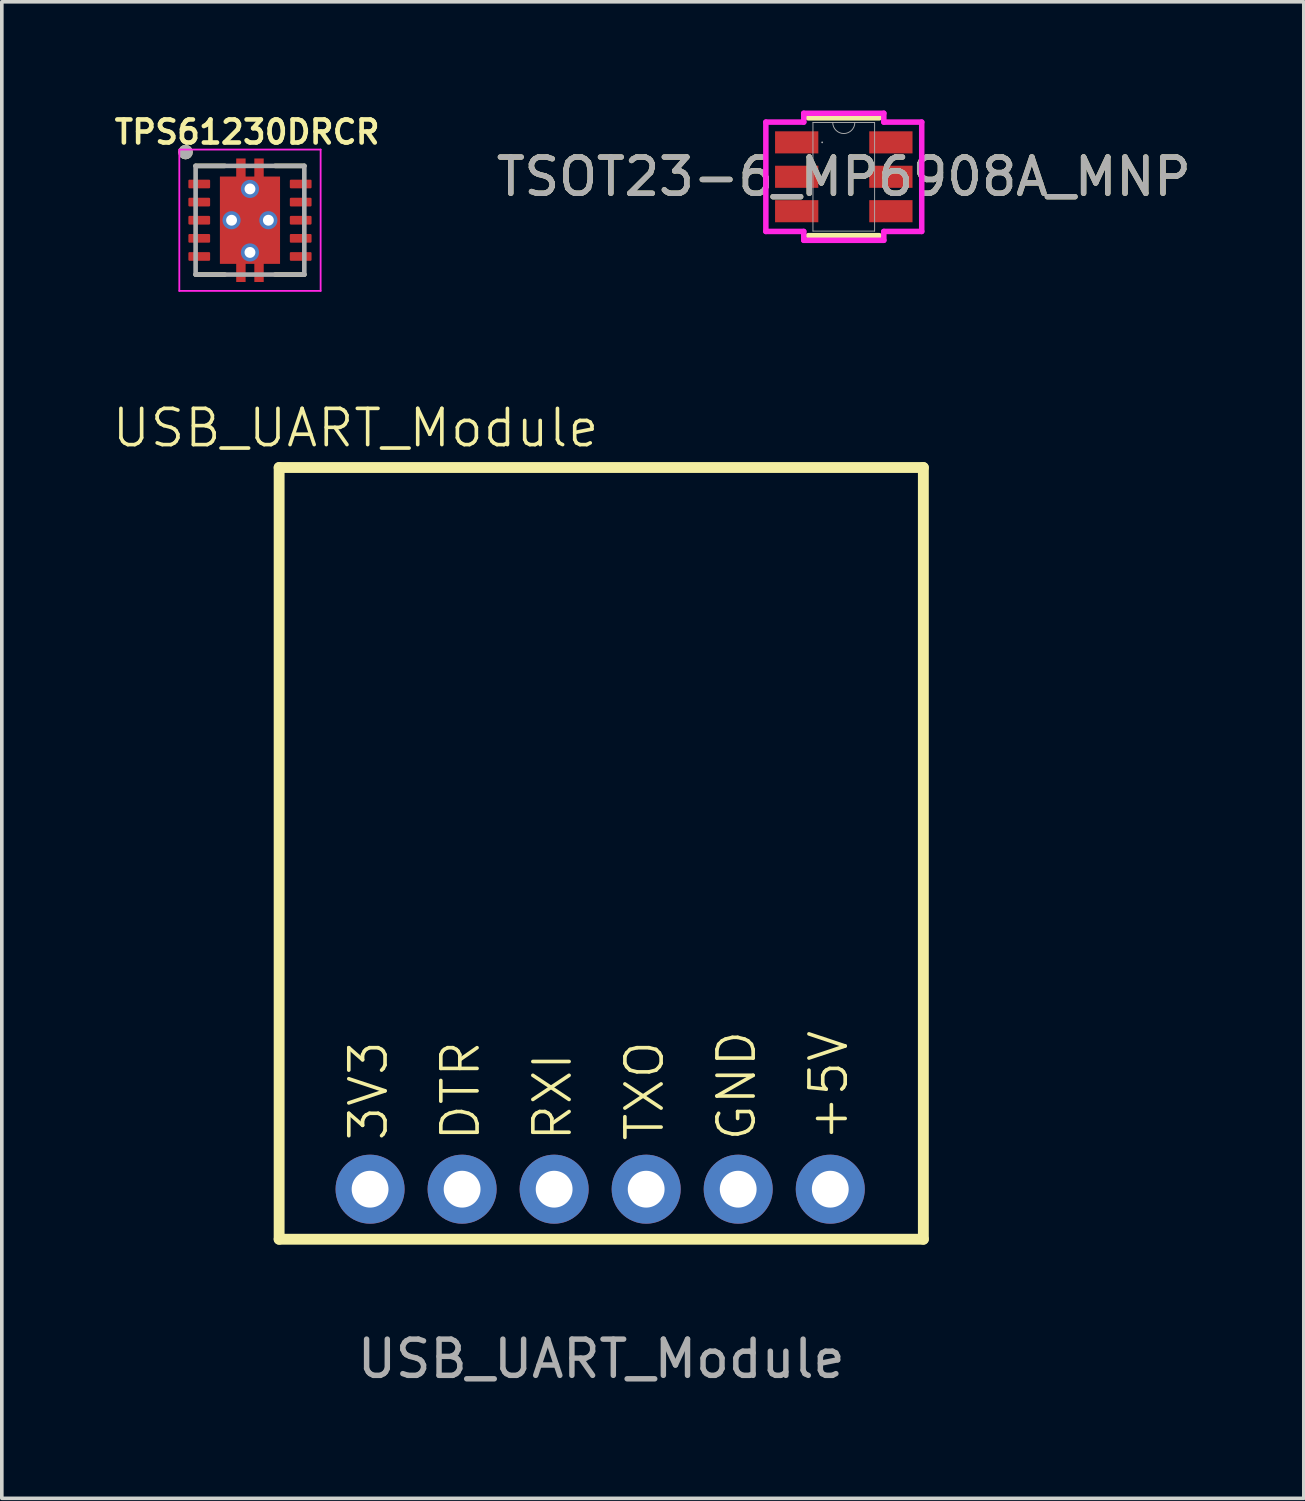
<source format=kicad_pcb>
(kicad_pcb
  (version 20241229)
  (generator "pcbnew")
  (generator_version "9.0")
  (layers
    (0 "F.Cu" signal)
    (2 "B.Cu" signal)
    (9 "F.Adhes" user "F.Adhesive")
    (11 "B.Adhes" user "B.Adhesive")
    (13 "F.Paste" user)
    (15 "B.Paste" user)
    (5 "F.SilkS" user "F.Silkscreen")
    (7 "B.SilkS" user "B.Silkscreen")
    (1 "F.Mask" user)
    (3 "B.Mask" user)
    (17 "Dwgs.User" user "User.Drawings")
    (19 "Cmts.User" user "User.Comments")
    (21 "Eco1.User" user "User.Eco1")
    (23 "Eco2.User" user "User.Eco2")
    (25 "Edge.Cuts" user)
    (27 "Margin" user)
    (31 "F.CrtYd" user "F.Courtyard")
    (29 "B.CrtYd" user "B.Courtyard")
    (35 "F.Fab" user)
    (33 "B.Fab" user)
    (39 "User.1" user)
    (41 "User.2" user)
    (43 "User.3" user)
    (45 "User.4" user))
  (footprint "TSOT23-6_MP6908A_MNP"
    (layer "F.Cu")
    (at 20.238 1.829)
    (property "Reference" "TSOT23-6_MP6908A_MNP" (at 0 0 0) (unlocked yes) (layer "F.SilkS") (effects (font (size 1 1) (thickness 0.15))))
    (attr smd)
    (fp_line (start -0.978 1.626) (end 0.978 1.626) (stroke (width 0.152) (type solid)) (layer "F.SilkS"))
    (fp_line (start 0.978 -1.626) (end -0.978 -1.626) (stroke (width 0.152) (type solid)) (layer "F.SilkS"))
    (fp_line (start -2.151 -1.509) (end -1.105 -1.509) (stroke (width 0.152) (type solid)) (layer "F.CrtYd"))
    (fp_line (start -2.151 1.509) (end -2.151 -1.509) (stroke (width 0.152) (type solid)) (layer "F.CrtYd"))
    (fp_line (start -2.151 1.509) (end -1.105 1.509) (stroke (width 0.152) (type solid)) (layer "F.CrtYd"))
    (fp_line (start -1.105 -1.753) (end 1.105 -1.753) (stroke (width 0.152) (type solid)) (layer "F.CrtYd"))
    (fp_line (start -1.105 -1.509) (end -1.105 -1.753) (stroke (width 0.152) (type solid)) (layer "F.CrtYd"))
    (fp_line (start -1.105 1.753) (end -1.105 1.509) (stroke (width 0.152) (type solid)) (layer "F.CrtYd"))
    (fp_line (start 1.105 -1.753) (end 1.105 -1.509) (stroke (width 0.152) (type solid)) (layer "F.CrtYd"))
    (fp_line (start 1.105 1.509) (end 1.105 1.753) (stroke (width 0.152) (type solid)) (layer "F.CrtYd"))
    (fp_line (start 1.105 1.753) (end -1.105 1.753) (stroke (width 0.152) (type solid)) (layer "F.CrtYd"))
    (fp_line (start 2.151 -1.509) (end 1.105 -1.509) (stroke (width 0.152) (type solid)) (layer "F.CrtYd"))
    (fp_line (start 2.151 -1.509) (end 2.151 1.509) (stroke (width 0.152) (type solid)) (layer "F.CrtYd"))
    (fp_line (start 2.151 1.509) (end 1.105 1.509) (stroke (width 0.152) (type solid)) (layer "F.CrtYd"))
    (fp_line (start -0.851 -1.499) (end -0.851 1.499) (stroke (width 0.025) (type solid)) (layer "F.Fab"))
    (fp_line (start -0.851 1.499) (end 0.851 1.499) (stroke (width 0.025) (type solid)) (layer "F.Fab"))
    (fp_line (start 0.851 -1.499) (end -0.851 -1.499) (stroke (width 0.025) (type solid)) (layer "F.Fab"))
    (fp_line (start 0.851 1.499) (end 0.851 -1.499) (stroke (width 0.025) (type solid)) (layer "F.Fab"))
    (fp_arc (start 0.3048 -1.4986) (mid 0 -1.1938) (end -0.3048 -1.4986) (stroke (width 0.0254) (type solid)) (layer "F.Fab"))
    (fp_circle (center -0.597 -0.95) (end -0.597 -0.95) (stroke (width 0.025) (type solid)) (fill no) (layer "F.Fab"))
    (fp_text user "${REFERENCE}" (at 0 0 0) (unlocked yes) (layer "F.Fab") (effects (font (size 1 1) (thickness 0.15))))
    (pad "1" smd rect (at -1.3 -0.95) (size 1.194 0.61) (layers "F.Cu" "F.Mask" "F.Paste"))
    (pad "2" smd rect (at -1.3 0) (size 1.194 0.61) (layers "F.Cu" "F.Mask" "F.Paste"))
    (pad "3" smd rect (at -1.3 0.95) (size 1.194 0.61) (layers "F.Cu" "F.Mask" "F.Paste"))
    (pad "4" smd rect (at 1.3 0.95) (size 1.194 0.61) (layers "F.Cu" "F.Mask" "F.Paste"))
    (pad "5" smd rect (at 1.3 0) (size 1.194 0.61) (layers "F.Cu" "F.Mask" "F.Paste"))
    (pad "6" smd rect (at 1.3 -0.95) (size 1.194 0.61) (layers "F.Cu" "F.Mask" "F.Paste")))
  (footprint "USB_UART_Module"
    (layer "F.Cu")
    (at 13.544 24.853)
    (property "Reference" "USB_UART_Module" (at -6.78 -16.09 0) (unlocked yes) (layer "F.SilkS") (effects (font (size 1 1) (thickness 0.1))))
    (attr through_hole)
    (fp_line (start -8.89 -15) (end -8.89 6.299) (stroke (width 0.3) (type solid)) (layer "F.SilkS"))
    (fp_line (start -8.89 6.299) (end 8.89 6.299) (stroke (width 0.3) (type solid)) (layer "F.SilkS"))
    (fp_line (start 8.89 -15) (end -8.89 -15) (stroke (width 0.3) (type solid)) (layer "F.SilkS"))
    (fp_line (start 8.89 6.299) (end 8.89 -15) (stroke (width 0.3) (type solid)) (layer "F.SilkS"))
    (fp_text user "RXI" (at -0.76 3.65 90) (unlocked yes) (layer "F.SilkS") (effects (font (size 1 1) (thickness 0.1)) (justify left bottom)))
    (fp_text user "DTR" (at -3.3 3.65 90) (unlocked yes) (layer "F.SilkS") (effects (font (size 1 1) (thickness 0.1)) (justify left bottom)))
    (fp_text user "3V3" (at -5.84 3.65 90) (unlocked yes) (layer "F.SilkS") (effects (font (size 1 1) (thickness 0.1)) (justify left bottom)))
    (fp_text user "TXO" (at 1.78 3.65 90) (unlocked yes) (layer "F.SilkS") (effects (font (size 1 1) (thickness 0.1)) (justify left bottom)))
    (fp_text user "GND" (at 4.32 3.65 90) (unlocked yes) (layer "F.SilkS") (effects (font (size 1 1) (thickness 0.1)) (justify left bottom)))
    (fp_text user "+5V" (at 6.86 3.65 90) (unlocked yes) (layer "F.SilkS") (effects (font (size 1 1) (thickness 0.1)) (justify left bottom)))
    (fp_text user "${REFERENCE}" (at 0 9.601 0) (unlocked yes) (layer "F.Fab") (effects (font (size 1 1) (thickness 0.15))))
    (pad "1" thru_hole circle (at -6.38 4.918) (size 1.905 1.905) (drill 1.016) (layers "*.Cu" "*.Mask"))
    (pad "2" thru_hole circle (at -3.84 4.918) (size 1.905 1.905) (drill 1.016) (layers "*.Cu" "*.Mask"))
    (pad "3" thru_hole circle (at -1.3 4.918) (size 1.905 1.905) (drill 1.016) (layers "*.Cu" "*.Mask"))
    (pad "4" thru_hole circle (at 1.24 4.918) (size 1.905 1.905) (drill 1.016) (layers "*.Cu" "*.Mask"))
    (pad "5" thru_hole circle (at 3.78 4.918) (size 1.905 1.905) (drill 1.016) (layers "*.Cu" "*.Mask"))
    (pad "6" thru_hole circle (at 6.321 4.918) (size 1.905 1.905) (drill 1.016) (layers "*.Cu" "*.Mask")))
  (footprint "TPS61230DRCR"
    (layer "F.Cu")
    (at 3.849 3.028)
    (property "Reference" "TPS61230DRCR" (at -0.078 -2.433 0) (layer "F.SilkS") (effects (font (size 0.635 0.635) (thickness 0.127) (bold yes))))
    (attr smd)
    (fp_poly (pts (xy -1.77 -1.19) (xy -1.03 -1.19) (xy -1.03 -0.81) (xy -1.77 -0.81)) (stroke (width 0.01) (type solid)) (fill yes) (layer "F.Mask"))
    (fp_poly (pts (xy -1.77 -0.69) (xy -1.03 -0.69) (xy -1.03 -0.31) (xy -1.77 -0.31)) (stroke (width 0.01) (type solid)) (fill yes) (layer "F.Mask"))
    (fp_poly (pts (xy -1.77 -0.19) (xy -1.03 -0.19) (xy -1.03 0.19) (xy -1.77 0.19)) (stroke (width 0.01) (type solid)) (fill yes) (layer "F.Mask"))
    (fp_poly (pts (xy -1.77 0.31) (xy -1.03 0.31) (xy -1.03 0.69) (xy -1.77 0.69)) (stroke (width 0.01) (type solid)) (fill yes) (layer "F.Mask"))
    (fp_poly (pts (xy -1.77 0.81) (xy -1.03 0.81) (xy -1.03 1.19) (xy -1.77 1.19)) (stroke (width 0.01) (type solid)) (fill yes) (layer "F.Mask"))
    (fp_poly (pts (xy 1.03 -1.19) (xy 1.77 -1.19) (xy 1.77 -0.81) (xy 1.03 -0.81)) (stroke (width 0.01) (type solid)) (fill yes) (layer "F.Mask"))
    (fp_poly (pts (xy 1.03 -0.69) (xy 1.77 -0.69) (xy 1.77 -0.31) (xy 1.03 -0.31)) (stroke (width 0.01) (type solid)) (fill yes) (layer "F.Mask"))
    (fp_poly (pts (xy 1.03 -0.19) (xy 1.77 -0.19) (xy 1.77 0.19) (xy 1.03 0.19)) (stroke (width 0.01) (type solid)) (fill yes) (layer "F.Mask"))
    (fp_poly (pts (xy 1.03 0.31) (xy 1.77 0.31) (xy 1.77 0.69) (xy 1.03 0.69)) (stroke (width 0.01) (type solid)) (fill yes) (layer "F.Mask"))
    (fp_poly (pts (xy 1.03 0.81) (xy 1.77 0.81) (xy 1.77 1.19) (xy 1.03 1.19)) (stroke (width 0.01) (type solid)) (fill yes) (layer "F.Mask"))
    (fp_poly (pts (xy -0.895 -1.27) (xy -0.445 -1.27) (xy -0.445 -1.77) (xy -0.055 -1.77) (xy -0.055 -1.27) (xy 0.055 -1.27) (xy 0.055 -1.77) (xy 0.445 -1.77) (xy 0.445 -1.27) (xy 0.895 -1.27) (xy 0.895 1.27) (xy 0.445 1.27) (xy 0.445 1.77) (xy 0.055 1.77) (xy 0.055 1.27) (xy -0.055 1.27) (xy -0.055 1.77) (xy -0.445 1.77) (xy -0.445 1.27) (xy -0.895 1.27)) (stroke (width 0.01) (type solid)) (fill yes) (layer "F.Mask"))
    (fp_line (start -1.5 -1.5) (end -0.695 -1.5) (stroke (width 0.127) (type solid)) (layer "F.SilkS"))
    (fp_line (start -1.5 1.5) (end -0.695 1.5) (stroke (width 0.127) (type solid)) (layer "F.SilkS"))
    (fp_line (start 0.695 -1.5) (end 1.5 -1.5) (stroke (width 0.127) (type solid)) (layer "F.SilkS"))
    (fp_line (start 0.695 1.5) (end 1.5 1.5) (stroke (width 0.127) (type solid)) (layer "F.SilkS"))
    (fp_circle (center -1.778 -1.88) (end -1.678 -1.88) (stroke (width 0.2) (type solid)) (fill no) (layer "F.SilkS"))
    (fp_poly (pts (xy -0.75 -1.16) (xy 0.75 -1.16) (xy 0.75 -0.1) (xy -0.75 -0.1)) (stroke (width 0.01) (type solid)) (fill yes) (layer "F.Paste"))
    (fp_poly (pts (xy -0.75 0.1) (xy 0.75 0.1) (xy 0.75 1.16) (xy -0.75 1.16)) (stroke (width 0.01) (type solid)) (fill yes) (layer "F.Paste"))
    (fp_poly (pts (xy -0.375 -1.7) (xy -0.125 -1.7) (xy -0.125 -1.36) (xy -0.375 -1.36)) (stroke (width 0.01) (type solid)) (fill yes) (layer "F.Paste"))
    (fp_poly (pts (xy -0.375 1.36) (xy -0.125 1.36) (xy -0.125 1.7) (xy -0.375 1.7)) (stroke (width 0.01) (type solid)) (fill yes) (layer "F.Paste"))
    (fp_poly (pts (xy 0.125 -1.7) (xy 0.375 -1.7) (xy 0.375 -1.36) (xy 0.125 -1.36)) (stroke (width 0.01) (type solid)) (fill yes) (layer "F.Paste"))
    (fp_poly (pts (xy 0.125 1.36) (xy 0.375 1.36) (xy 0.375 1.7) (xy 0.125 1.7)) (stroke (width 0.01) (type solid)) (fill yes) (layer "F.Paste"))
    (fp_line (start -1.95 -1.95) (end -1.95 1.95) (stroke (width 0.05) (type solid)) (layer "F.CrtYd"))
    (fp_line (start -1.95 -1.95) (end 1.95 -1.95) (stroke (width 0.05) (type solid)) (layer "F.CrtYd"))
    (fp_line (start -1.95 1.95) (end 1.95 1.95) (stroke (width 0.05) (type solid)) (layer "F.CrtYd"))
    (fp_line (start 1.95 -1.95) (end 1.95 1.95) (stroke (width 0.05) (type solid)) (layer "F.CrtYd"))
    (fp_line (start -1.5 -1.5) (end -1.5 1.5) (stroke (width 0.127) (type solid)) (layer "F.Fab"))
    (fp_line (start -1.5 -1.5) (end 1.5 -1.5) (stroke (width 0.127) (type solid)) (layer "F.Fab"))
    (fp_line (start -1.5 1.5) (end 1.5 1.5) (stroke (width 0.127) (type solid)) (layer "F.Fab"))
    (fp_line (start 1.5 -1.5) (end 1.5 1.5) (stroke (width 0.127) (type solid)) (layer "F.Fab"))
    (fp_circle (center -1.778 -1.88) (end -1.678 -1.88) (stroke (width 0.2) (type solid)) (fill no) (layer "F.Fab"))
    (pad "1" smd roundrect (at -1.4 -1) (size 0.6 0.24) (layers "F.Cu" "F.Paste") (roundrect_rratio 0.125))
    (pad "2" smd roundrect (at -1.4 -0.5) (size 0.6 0.24) (layers "F.Cu" "F.Paste") (roundrect_rratio 0.125))
    (pad "3" smd roundrect (at -1.4 0) (size 0.6 0.24) (layers "F.Cu" "F.Paste") (roundrect_rratio 0.125))
    (pad "4" smd roundrect (at -1.4 0.5) (size 0.6 0.24) (layers "F.Cu" "F.Paste") (roundrect_rratio 0.125))
    (pad "5" smd roundrect (at -1.4 1) (size 0.6 0.24) (layers "F.Cu" "F.Paste") (roundrect_rratio 0.125))
    (pad "6" smd roundrect (at 1.4 1) (size 0.6 0.24) (layers "F.Cu" "F.Paste") (roundrect_rratio 0.125))
    (pad "7" smd roundrect (at 1.4 0.5) (size 0.6 0.24) (layers "F.Cu" "F.Paste") (roundrect_rratio 0.125))
    (pad "8" smd roundrect (at 1.4 0) (size 0.6 0.24) (layers "F.Cu" "F.Paste") (roundrect_rratio 0.125))
    (pad "9" smd roundrect (at 1.4 -0.5) (size 0.6 0.24) (layers "F.Cu" "F.Paste") (roundrect_rratio 0.125))
    (pad "10" smd roundrect (at 1.4 -1) (size 0.6 0.24) (layers "F.Cu" "F.Paste") (roundrect_rratio 0.125))
    (pad "11" smd custom (at 0 0) (size 1.65 2.4) (layers "F.Cu") (options (anchor rect)) (primitives (gr_poly (pts (xy -0.825 -1.2) (xy -0.375 -1.2) (xy -0.375 -1.7) (xy -0.125 -1.7) (xy -0.125 -1.2) (xy 0.125 -1.2) (xy 0.125 -1.7) (xy 0.375 -1.7) (xy 0.375 -1.2) (xy 0.825 -1.2) (xy 0.825 1.2) (xy 0.375 1.2) (xy 0.375 1.7) (xy 0.125 1.7) (xy 0.125 1.2) (xy -0.125 1.2) (xy -0.125 1.7) (xy -0.375 1.7) (xy -0.375 1.2) (xy -0.825 1.2)) (width 0.01) (fill yes))))
    (pad "12" thru_hole circle (at 0 0.889) (size 0.5 0.5) (drill 0.3) (layers "*.Cu"))
    (pad "13" thru_hole circle (at -0.508 0) (size 0.5 0.5) (drill 0.3) (layers "*.Cu"))
    (pad "14" thru_hole circle (at 0.508 0) (size 0.5 0.5) (drill 0.3) (layers "*.Cu"))
    (pad "15" thru_hole circle (at 0 -0.864) (size 0.5 0.5) (drill 0.3) (layers "*.Cu")))
  (gr_rect
    (start -3 -3)
    (end 32.934 38.303)
    (stroke (width 0.1) (type default))
    (fill no)
    (layer "Edge.Cuts")))
</source>
